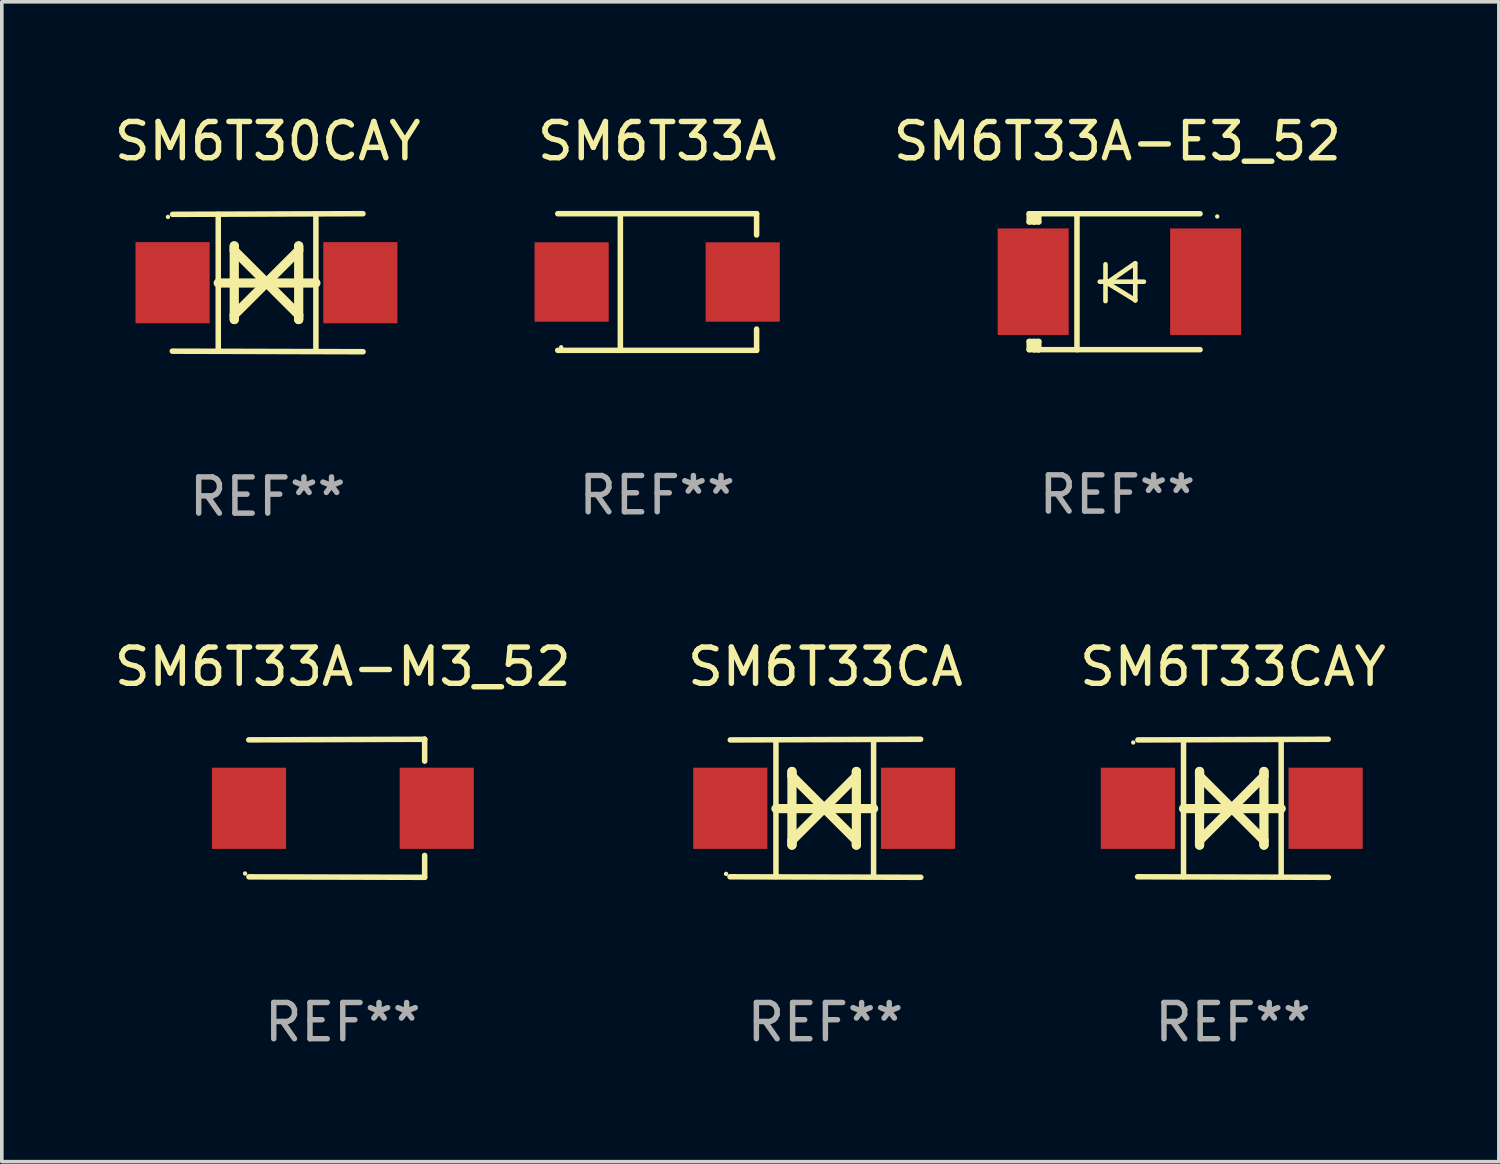
<source format=kicad_pcb>
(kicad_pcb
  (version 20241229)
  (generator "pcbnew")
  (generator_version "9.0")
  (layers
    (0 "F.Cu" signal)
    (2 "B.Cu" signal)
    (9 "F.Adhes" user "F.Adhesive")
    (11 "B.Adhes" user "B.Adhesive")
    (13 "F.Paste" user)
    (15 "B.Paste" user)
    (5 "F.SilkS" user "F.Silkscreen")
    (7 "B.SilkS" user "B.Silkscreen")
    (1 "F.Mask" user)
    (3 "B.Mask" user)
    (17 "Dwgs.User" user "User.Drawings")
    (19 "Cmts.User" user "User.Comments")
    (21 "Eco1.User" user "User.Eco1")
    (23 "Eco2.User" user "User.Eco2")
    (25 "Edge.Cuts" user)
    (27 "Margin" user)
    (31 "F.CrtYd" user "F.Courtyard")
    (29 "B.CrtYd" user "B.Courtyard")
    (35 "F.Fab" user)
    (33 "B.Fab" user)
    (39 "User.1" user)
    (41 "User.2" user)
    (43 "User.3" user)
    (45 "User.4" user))
  (footprint "SM6T33A"
    (layer "F.Cu")
    (at 15.089 4.734)
    (property "Reference" "SM6T33A" (at 0 -3.886 0) (layer "F.SilkS") (effects (font (size 1 1) (thickness 0.15))))
    (attr through_hole)
    (fp_line (start -2.744 -1.886) (end 2.744 -1.886) (stroke (width 0.152) (type solid)) (layer "F.SilkS"))
    (fp_line (start -2.744 1.886) (end 2.744 1.886) (stroke (width 0.152) (type solid)) (layer "F.SilkS"))
    (fp_line (start -1.016 -1.886) (end -1.016 1.886) (stroke (width 0.152) (type solid)) (layer "F.SilkS"))
    (fp_line (start 2.744 -1.886) (end 2.744 -1.299) (stroke (width 0.152) (type solid)) (layer "F.SilkS"))
    (fp_line (start 2.744 1.886) (end 2.744 1.299) (stroke (width 0.152) (type solid)) (layer "F.SilkS"))
    (fp_circle (center -2.65 1.8) (end -2.62 1.8) (stroke (width 0.06) (type solid)) (fill no) (layer "F.SilkS"))
    (fp_text user "REF**" (at 0 5.886 0) (layer "F.Fab") (effects (font (size 1 1) (thickness 0.15))))
    (pad "1" smd rect (at -2.361 0) (size 2.047 2.192) (layers "F.Cu" "F.Mask" "F.Paste"))
    (pad "2" smd rect (at 2.361 0) (size 2.047 2.192) (layers "F.Cu" "F.Mask" "F.Paste")))
  (footprint "SM6T33A-M3_52"
    (layer "F.Cu")
    (at 6.411 19.26)
    (property "Reference" "SM6T33A-M3_52" (at 0 -3.905 0) (layer "F.SilkS") (effects (font (size 1 1) (thickness 0.15))))
    (attr through_hole)
    (fp_line (start 2.256 -1.905) (end -2.594 -1.889) (stroke (width 0.152) (type solid)) (layer "F.SilkS"))
    (fp_line (start 2.256 -1.905) (end 2.26 -1.905) (stroke (width 0.152) (type solid)) (layer "F.SilkS"))
    (fp_line (start 2.26 -1.905) (end 2.26 -1.301) (stroke (width 0.152) (type solid)) (layer "F.SilkS"))
    (fp_line (start 2.26 1.301) (end 2.26 1.905) (stroke (width 0.152) (type solid)) (layer "F.SilkS"))
    (fp_line (start 2.26 1.905) (end -2.59 1.892) (stroke (width 0.152) (type solid)) (layer "F.SilkS"))
    (fp_circle (center -2.697 1.8) (end -2.667 1.8) (stroke (width 0.06) (type solid)) (fill no) (layer "F.SilkS"))
    (fp_text user "REF**" (at 0 5.905 0) (layer "F.Fab") (effects (font (size 1 1) (thickness 0.15))))
    (pad "1" smd rect (at -2.588 0) (size 2.047 2.241) (layers "F.Cu" "F.Mask" "F.Paste"))
    (pad "2" smd rect (at 2.594 0) (size 2.047 2.241) (layers "F.Cu" "F.Mask" "F.Paste")))
  (footprint "SM6T33CA"
    (layer "F.Cu")
    (at 19.732 19.26)
    (property "Reference" "SM6T33CA" (at 0 -3.905 0) (layer "F.SilkS") (effects (font (size 1 1) (thickness 0.15))))
    (attr through_hole)
    (fp_line (start -1.365 1.886) (end -1.365 -1.886) (stroke (width 0.152) (type solid)) (layer "F.SilkS"))
    (fp_line (start -1.365 0.008) (end 1.33 0.008) (stroke (width 0.254) (type solid)) (layer "F.SilkS"))
    (fp_line (start -0.923 -1.016) (end -0.923 1.016) (stroke (width 0.254) (type solid)) (layer "F.SilkS"))
    (fp_line (start -0.923 -0.889) (end -0.923 -1.016) (stroke (width 0.254) (type solid)) (layer "F.SilkS"))
    (fp_line (start -0.923 0.889) (end -0.034 0) (stroke (width 0.254) (type solid)) (layer "F.SilkS"))
    (fp_line (start -0.923 1.016) (end -0.923 0.889) (stroke (width 0.254) (type solid)) (layer "F.SilkS"))
    (fp_line (start -0.034 0) (end -0.923 -0.889) (stroke (width 0.254) (type solid)) (layer "F.SilkS"))
    (fp_line (start -0.034 0) (end 0.855 0.889) (stroke (width 0.254) (type solid)) (layer "F.SilkS"))
    (fp_line (start 0.855 -1.016) (end 0.855 -0.889) (stroke (width 0.254) (type solid)) (layer "F.SilkS"))
    (fp_line (start 0.855 -0.889) (end -0.034 0) (stroke (width 0.254) (type solid)) (layer "F.SilkS"))
    (fp_line (start 0.855 0.889) (end 0.855 1.016) (stroke (width 0.254) (type solid)) (layer "F.SilkS"))
    (fp_line (start 0.855 1.016) (end 0.855 -1.016) (stroke (width 0.254) (type solid)) (layer "F.SilkS"))
    (fp_line (start 1.33 1.886) (end 1.33 -1.886) (stroke (width 0.152) (type solid)) (layer "F.SilkS"))
    (fp_line (start 2.629 -1.905) (end -2.625 -1.887) (stroke (width 0.152) (type solid)) (layer "F.SilkS"))
    (fp_line (start 2.633 1.905) (end -2.633 1.89) (stroke (width 0.152) (type solid)) (layer "F.SilkS"))
    (fp_circle (center -2.741 1.81) (end -2.711 1.81) (stroke (width 0.06) (type solid)) (fill no) (layer "F.SilkS"))
    (fp_text user "REF**" (at 0 5.905 0) (layer "F.Fab") (effects (font (size 1 1) (thickness 0.15))))
    (pad "1" smd rect (at -2.625 0) (size 2.047 2.241) (layers "F.Cu" "F.Mask" "F.Paste"))
    (pad "2" smd rect (at 2.557 0) (size 2.047 2.241) (layers "F.Cu" "F.Mask" "F.Paste")))
  (footprint "SM6T33A-E3_52"
    (layer "F.Cu")
    (at 27.792 4.725)
    (property "Reference" "SM6T33A-E3_52" (at 0 -3.876 0) (layer "F.SilkS") (effects (font (size 1 1) (thickness 0.15))))
    (attr through_hole)
    (fp_line (start -2.435 1.65) (end -2.171 1.65) (stroke (width 0.152) (type solid)) (layer "F.SilkS"))
    (fp_line (start -2.435 1.876) (end -2.435 1.65) (stroke (width 0.152) (type solid)) (layer "F.SilkS"))
    (fp_line (start -2.435 -1.876) (end -2.171 -1.876) (stroke (width 0.152) (type solid)) (layer "F.SilkS"))
    (fp_line (start -2.435 -1.65) (end -2.435 -1.876) (stroke (width 0.152) (type solid)) (layer "F.SilkS"))
    (fp_line (start -2.305 -1.866) (end -2.295 -1.876) (stroke (width 0.152) (type solid)) (layer "F.SilkS"))
    (fp_line (start -2.305 -1.65) (end -2.305 -1.866) (stroke (width 0.152) (type solid)) (layer "F.SilkS"))
    (fp_line (start -2.305 1.876) (end -2.305 1.65) (stroke (width 0.152) (type solid)) (layer "F.SilkS"))
    (fp_line (start -2.295 -1.876) (end -2.295 -1.65) (stroke (width 0.152) (type solid)) (layer "F.SilkS"))
    (fp_line (start -2.171 1.876) (end -2.435 1.876) (stroke (width 0.152) (type solid)) (layer "F.SilkS"))
    (fp_line (start -2.171 -1.65) (end -2.435 -1.65) (stroke (width 0.152) (type solid)) (layer "F.SilkS"))
    (fp_line (start -2.171 -1.876) (end -2.295 -1.876) (stroke (width 0.152) (type solid)) (layer "F.SilkS"))
    (fp_line (start -2.171 -1.65) (end -2.171 -1.876) (stroke (width 0.152) (type solid)) (layer "F.SilkS"))
    (fp_line (start -2.171 1.876) (end -2.305 1.876) (stroke (width 0.152) (type solid)) (layer "F.SilkS"))
    (fp_line (start -2.171 1.876) (end -2.171 1.65) (stroke (width 0.152) (type solid)) (layer "F.SilkS"))
    (fp_line (start -1.116 1.876) (end -1.116 -1.876) (stroke (width 0.152) (type solid)) (layer "F.SilkS"))
    (fp_line (start -0.488 0.000102) (end 0.731 0.000102) (stroke (width 0.127) (type solid)) (layer "F.SilkS"))
    (fp_line (start -0.329 -0.48) (end -0.329 0.536) (stroke (width 0.127) (type solid)) (layer "F.SilkS"))
    (fp_line (start -0.29 0.03) (end 0.493 0.51) (stroke (width 0.127) (type solid)) (layer "F.SilkS"))
    (fp_line (start 0.493 -0.51) (end -0.29 0.03) (stroke (width 0.127) (type solid)) (layer "F.SilkS"))
    (fp_line (start 0.493 0.52) (end 0.493 -0.496) (stroke (width 0.127) (type solid)) (layer "F.SilkS"))
    (fp_line (start 2.281 -1.876) (end -2.171 -1.876) (stroke (width 0.152) (type solid)) (layer "F.SilkS"))
    (fp_line (start 2.281 1.876) (end -2.171 1.876) (stroke (width 0.152) (type solid)) (layer "F.SilkS"))
    (fp_circle (center 2.755 -1.8) (end 2.785 -1.8) (stroke (width 0.06) (type solid)) (fill no) (layer "F.SilkS"))
    (fp_text user "REF**" (at 0 5.876 0) (layer "F.Fab") (effects (font (size 1 1) (thickness 0.15))))
    (pad "1" smd rect (at 2.435 -0.000025 180) (size 1.96 2.94) (layers "F.Cu" "F.Mask" "F.Paste"))
    (pad "2" smd rect (at -2.325 -0.000025 180) (size 1.96 2.94) (layers "F.Cu" "F.Mask" "F.Paste")))
  (footprint "SM6T30CAY"
    (layer "F.Cu")
    (at 4.339 4.753)
    (property "Reference" "SM6T30CAY" (at 0 -3.905 0) (layer "F.SilkS") (effects (font (size 1 1) (thickness 0.15))))
    (attr through_hole)
    (fp_line (start -1.365 1.886) (end -1.365 -1.886) (stroke (width 0.152) (type solid)) (layer "F.SilkS"))
    (fp_line (start -1.365 0.008) (end 1.33 0.008) (stroke (width 0.254) (type solid)) (layer "F.SilkS"))
    (fp_line (start -0.923 -1.016) (end -0.923 1.016) (stroke (width 0.254) (type solid)) (layer "F.SilkS"))
    (fp_line (start -0.923 -0.889) (end -0.923 -1.016) (stroke (width 0.254) (type solid)) (layer "F.SilkS"))
    (fp_line (start -0.923 0.889) (end -0.034 0) (stroke (width 0.254) (type solid)) (layer "F.SilkS"))
    (fp_line (start -0.923 1.016) (end -0.923 0.889) (stroke (width 0.254) (type solid)) (layer "F.SilkS"))
    (fp_line (start -0.034 0) (end -0.923 -0.889) (stroke (width 0.254) (type solid)) (layer "F.SilkS"))
    (fp_line (start -0.034 0) (end 0.855 0.889) (stroke (width 0.254) (type solid)) (layer "F.SilkS"))
    (fp_line (start 0.855 -1.016) (end 0.855 -0.889) (stroke (width 0.254) (type solid)) (layer "F.SilkS"))
    (fp_line (start 0.855 -0.889) (end -0.034 0) (stroke (width 0.254) (type solid)) (layer "F.SilkS"))
    (fp_line (start 0.855 0.889) (end 0.855 1.016) (stroke (width 0.254) (type solid)) (layer "F.SilkS"))
    (fp_line (start 0.855 1.016) (end 0.855 -1.016) (stroke (width 0.254) (type solid)) (layer "F.SilkS"))
    (fp_line (start 1.33 1.886) (end 1.33 -1.886) (stroke (width 0.152) (type solid)) (layer "F.SilkS"))
    (fp_line (start 2.629 -1.905) (end -2.625 -1.887) (stroke (width 0.152) (type solid)) (layer "F.SilkS"))
    (fp_line (start 2.633 1.905) (end -2.633 1.89) (stroke (width 0.152) (type solid)) (layer "F.SilkS"))
    (fp_circle (center -2.753 -1.816) (end -2.723 -1.816) (stroke (width 0.06) (type solid)) (fill no) (layer "F.SilkS"))
    (fp_text user "REF**" (at 0 5.905 0) (layer "F.Fab") (effects (font (size 1 1) (thickness 0.15))))
    (pad "1" smd rect (at -2.625 0) (size 2.047 2.241) (layers "F.Cu" "F.Mask" "F.Paste"))
    (pad "2" smd rect (at 2.557 0) (size 2.047 2.241) (layers "F.Cu" "F.Mask" "F.Paste")))
  (footprint "SM6T33CAY"
    (layer "F.Cu")
    (at 30.982 19.26)
    (property "Reference" "SM6T33CAY" (at 0 -3.905 0) (layer "F.SilkS") (effects (font (size 1 1) (thickness 0.15))))
    (attr through_hole)
    (fp_line (start -1.365 1.886) (end -1.365 -1.886) (stroke (width 0.152) (type solid)) (layer "F.SilkS"))
    (fp_line (start -1.365 0.008) (end 1.33 0.008) (stroke (width 0.254) (type solid)) (layer "F.SilkS"))
    (fp_line (start -0.923 -1.016) (end -0.923 1.016) (stroke (width 0.254) (type solid)) (layer "F.SilkS"))
    (fp_line (start -0.923 -0.889) (end -0.923 -1.016) (stroke (width 0.254) (type solid)) (layer "F.SilkS"))
    (fp_line (start -0.923 0.889) (end -0.034 0) (stroke (width 0.254) (type solid)) (layer "F.SilkS"))
    (fp_line (start -0.923 1.016) (end -0.923 0.889) (stroke (width 0.254) (type solid)) (layer "F.SilkS"))
    (fp_line (start -0.034 0) (end -0.923 -0.889) (stroke (width 0.254) (type solid)) (layer "F.SilkS"))
    (fp_line (start -0.034 0) (end 0.855 0.889) (stroke (width 0.254) (type solid)) (layer "F.SilkS"))
    (fp_line (start 0.855 -1.016) (end 0.855 -0.889) (stroke (width 0.254) (type solid)) (layer "F.SilkS"))
    (fp_line (start 0.855 -0.889) (end -0.034 0) (stroke (width 0.254) (type solid)) (layer "F.SilkS"))
    (fp_line (start 0.855 0.889) (end 0.855 1.016) (stroke (width 0.254) (type solid)) (layer "F.SilkS"))
    (fp_line (start 0.855 1.016) (end 0.855 -1.016) (stroke (width 0.254) (type solid)) (layer "F.SilkS"))
    (fp_line (start 1.33 1.886) (end 1.33 -1.886) (stroke (width 0.152) (type solid)) (layer "F.SilkS"))
    (fp_line (start 2.629 -1.905) (end -2.625 -1.887) (stroke (width 0.152) (type solid)) (layer "F.SilkS"))
    (fp_line (start 2.633 1.905) (end -2.633 1.89) (stroke (width 0.152) (type solid)) (layer "F.SilkS"))
    (fp_circle (center -2.753 -1.816) (end -2.723 -1.816) (stroke (width 0.06) (type solid)) (fill no) (layer "F.SilkS"))
    (fp_text user "REF**" (at 0 5.905 0) (layer "F.Fab") (effects (font (size 1 1) (thickness 0.15))))
    (pad "1" smd rect (at -2.625 0) (size 2.047 2.241) (layers "F.Cu" "F.Mask" "F.Paste"))
    (pad "2" smd rect (at 2.557 0) (size 2.047 2.241) (layers "F.Cu" "F.Mask" "F.Paste")))
  (gr_rect
    (start -3 -3)
    (end 38.321 29.013)
    (stroke (width 0.1) (type default))
    (fill no)
    (layer "Edge.Cuts")))
</source>
